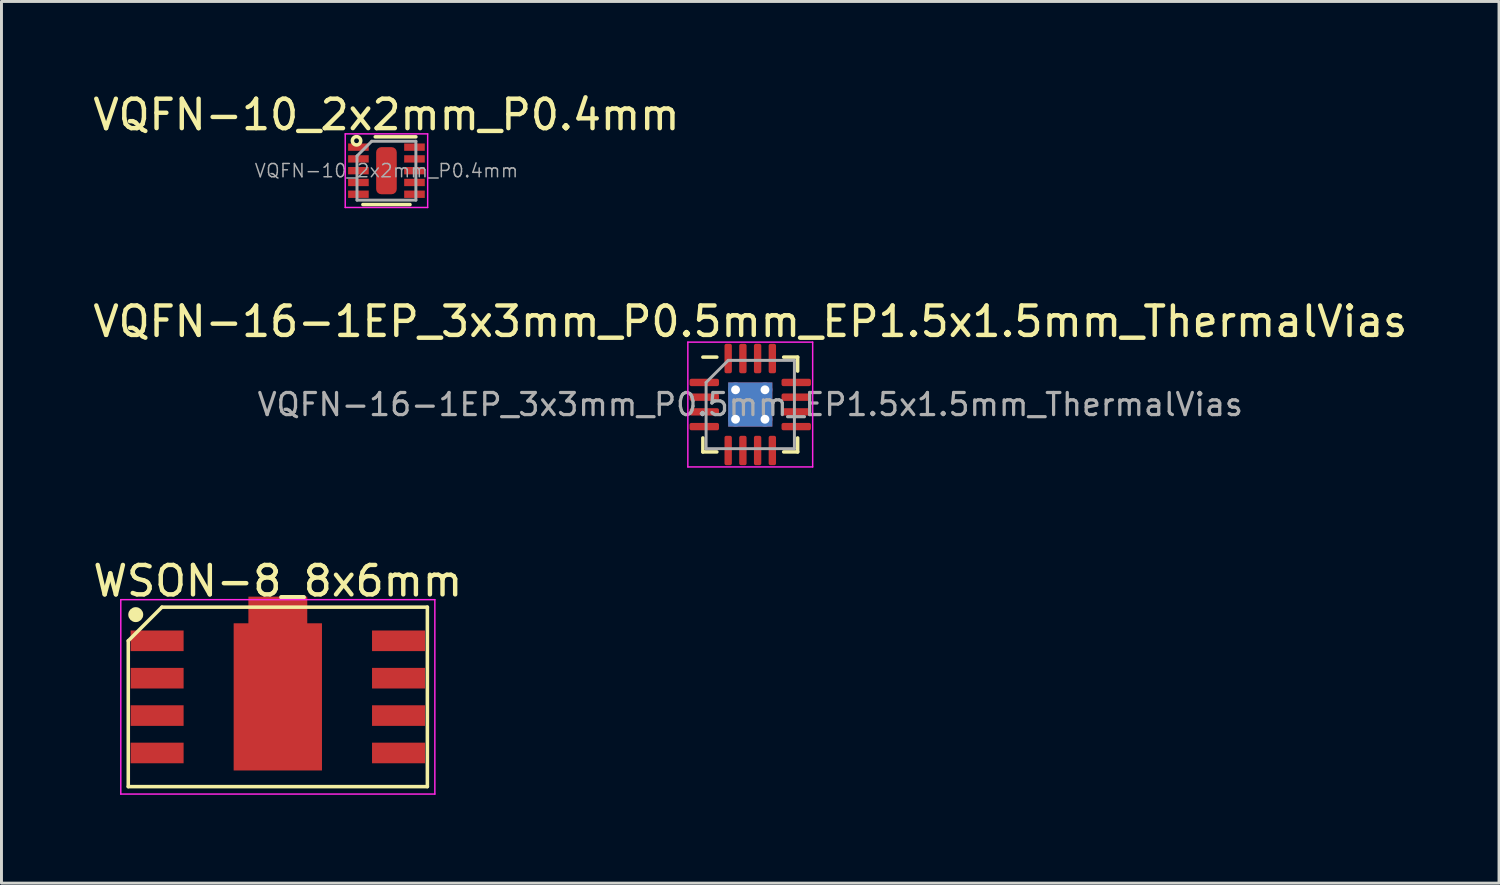
<source format=kicad_pcb>
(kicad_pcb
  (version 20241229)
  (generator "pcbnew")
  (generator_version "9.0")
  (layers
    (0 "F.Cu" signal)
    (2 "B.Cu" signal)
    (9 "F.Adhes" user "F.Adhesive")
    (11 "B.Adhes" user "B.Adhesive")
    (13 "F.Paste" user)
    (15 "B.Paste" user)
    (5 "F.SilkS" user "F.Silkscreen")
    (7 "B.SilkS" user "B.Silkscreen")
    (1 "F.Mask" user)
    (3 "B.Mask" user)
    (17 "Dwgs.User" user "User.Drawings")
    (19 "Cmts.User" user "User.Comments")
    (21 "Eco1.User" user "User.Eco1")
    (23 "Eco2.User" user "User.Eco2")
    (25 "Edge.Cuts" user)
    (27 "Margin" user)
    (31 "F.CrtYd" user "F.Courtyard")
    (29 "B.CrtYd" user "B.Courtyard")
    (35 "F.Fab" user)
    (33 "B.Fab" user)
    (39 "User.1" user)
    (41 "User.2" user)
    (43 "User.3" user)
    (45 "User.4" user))
  (footprint "VQFN-10_2x2mm_P0.4mm"
    (layer "F.Cu")
    (at 10.077 2.748)
    (property "Reference" "VQFN-10_2x2mm_P0.4mm" (at 0 -1.9 0) (layer "F.SilkS") (effects (font (size 1 1) (thickness 0.15))))
    (attr smd)
    (fp_line (start 0.8 1.15) (end -0.8 1.15) (stroke (width 0.12) (type solid)) (layer "F.SilkS"))
    (fp_line (start 1 -1.15) (end -0.381 -1.15) (stroke (width 0.12) (type solid)) (layer "F.SilkS"))
    (fp_circle (center -1.016 -1.016) (end -0.889 -0.953) (stroke (width 0.12) (type solid)) (fill no) (layer "F.SilkS"))
    (fp_line (start -1.4 1.25) (end -1.4 -1.25) (stroke (width 0.05) (type solid)) (layer "F.CrtYd"))
    (fp_line (start -1.4 1.25) (end 1.4 1.25) (stroke (width 0.05) (type solid)) (layer "F.CrtYd"))
    (fp_line (start 1.4 -1.25) (end -1.4 -1.25) (stroke (width 0.05) (type solid)) (layer "F.CrtYd"))
    (fp_line (start 1.4 -1.25) (end 1.4 1.25) (stroke (width 0.05) (type solid)) (layer "F.CrtYd"))
    (fp_line (start -1 -0.5) (end -1 1) (stroke (width 0.1) (type solid)) (layer "F.Fab"))
    (fp_line (start -0.5 -1) (end -1 -0.5) (stroke (width 0.1) (type solid)) (layer "F.Fab"))
    (fp_line (start 1 -1) (end -0.5 -1) (stroke (width 0.1) (type solid)) (layer "F.Fab"))
    (fp_line (start 1 1) (end -1 1) (stroke (width 0.1) (type solid)) (layer "F.Fab"))
    (fp_line (start 1 1) (end 1 -1) (stroke (width 0.1) (type solid)) (layer "F.Fab"))
    (fp_text user "${REFERENCE}" (at 0 0 0) (layer "F.Fab") (effects (font (size 0.45 0.45) (thickness 0.05))))
    (pad "1" smd rect (at -0.952 -0.8) (size 0.7 0.25) (layers "F.Cu" "F.Mask" "F.Paste"))
    (pad "2" smd rect (at -0.952 -0.4) (size 0.7 0.25) (layers "F.Cu" "F.Mask" "F.Paste"))
    (pad "3" smd rect (at -0.952 0) (size 0.7 0.25) (layers "F.Cu" "F.Mask" "F.Paste"))
    (pad "4" smd rect (at -0.952 0.4) (size 0.7 0.25) (layers "F.Cu" "F.Mask" "F.Paste"))
    (pad "5" smd rect (at -0.952 0.8) (size 0.7 0.25) (layers "F.Cu" "F.Mask" "F.Paste"))
    (pad "6" smd rect (at 0.952 0.8) (size 0.7 0.25) (layers "F.Cu" "F.Mask" "F.Paste"))
    (pad "7" smd rect (at 0.952 0.4) (size 0.7 0.25) (layers "F.Cu" "F.Mask" "F.Paste"))
    (pad "8" smd rect (at 0.952 0) (size 0.7 0.25) (layers "F.Cu" "F.Mask" "F.Paste"))
    (pad "9" smd rect (at 0.952 -0.4) (size 0.7 0.25) (layers "F.Cu" "F.Mask" "F.Paste"))
    (pad "10" smd rect (at 0.952 -0.8) (size 0.7 0.25) (layers "F.Cu" "F.Mask" "F.Paste"))
    (pad "11" smd roundrect (at 0 0) (size 0.7 1.6) (layers "F.Cu" "F.Mask" "F.Paste") (roundrect_rratio 0.25)))
  (footprint "VQFN-16-1EP_3x3mm_P0.5mm_EP1.5x1.5mm_ThermalVias"
    (layer "F.Cu")
    (at 22.435 10.691)
    (property "Reference" "VQFN-16-1EP_3x3mm_P0.5mm_EP1.5x1.5mm_ThermalVias" (at 0 -2.82 0) (layer "F.SilkS") (effects (font (size 1 1) (thickness 0.15))))
    (attr smd)
    (fp_line (start -1.61 1.61) (end -1.61 1.135) (stroke (width 0.12) (type solid)) (layer "F.SilkS"))
    (fp_line (start -1.135 -1.61) (end -1.61 -1.61) (stroke (width 0.12) (type solid)) (layer "F.SilkS"))
    (fp_line (start -1.135 1.61) (end -1.61 1.61) (stroke (width 0.12) (type solid)) (layer "F.SilkS"))
    (fp_line (start 1.135 -1.61) (end 1.61 -1.61) (stroke (width 0.12) (type solid)) (layer "F.SilkS"))
    (fp_line (start 1.135 1.61) (end 1.61 1.61) (stroke (width 0.12) (type solid)) (layer "F.SilkS"))
    (fp_line (start 1.61 -1.61) (end 1.61 -1.135) (stroke (width 0.12) (type solid)) (layer "F.SilkS"))
    (fp_line (start 1.61 1.61) (end 1.61 1.135) (stroke (width 0.12) (type solid)) (layer "F.SilkS"))
    (fp_line (start -2.12 -2.12) (end -2.12 2.12) (stroke (width 0.05) (type solid)) (layer "F.CrtYd"))
    (fp_line (start -2.12 2.12) (end 2.12 2.12) (stroke (width 0.05) (type solid)) (layer "F.CrtYd"))
    (fp_line (start 2.12 -2.12) (end -2.12 -2.12) (stroke (width 0.05) (type solid)) (layer "F.CrtYd"))
    (fp_line (start 2.12 2.12) (end 2.12 -2.12) (stroke (width 0.05) (type solid)) (layer "F.CrtYd"))
    (fp_line (start -1.5 -0.75) (end -0.75 -1.5) (stroke (width 0.1) (type solid)) (layer "F.Fab"))
    (fp_line (start -1.5 1.5) (end -1.5 -0.75) (stroke (width 0.1) (type solid)) (layer "F.Fab"))
    (fp_line (start -0.75 -1.5) (end 1.5 -1.5) (stroke (width 0.1) (type solid)) (layer "F.Fab"))
    (fp_line (start 1.5 -1.5) (end 1.5 1.5) (stroke (width 0.1) (type solid)) (layer "F.Fab"))
    (fp_line (start 1.5 1.5) (end -1.5 1.5) (stroke (width 0.1) (type solid)) (layer "F.Fab"))
    (fp_text user "${REFERENCE}" (at 0 0 0) (layer "F.Fab") (effects (font (size 0.75 0.75) (thickness 0.11))))
    (pad "" smd roundrect (at -0.375 -0.375) (size 0.73 0.73) (layers "F.Paste") (roundrect_rratio 0.25))
    (pad "" smd roundrect (at -0.375 0.375) (size 0.73 0.73) (layers "F.Paste") (roundrect_rratio 0.25))
    (pad "" smd roundrect (at 0.375 -0.375) (size 0.73 0.73) (layers "F.Paste") (roundrect_rratio 0.25))
    (pad "" smd roundrect (at 0.375 0.375) (size 0.73 0.73) (layers "F.Paste") (roundrect_rratio 0.25))
    (pad "1" smd roundrect (at -1.562 -0.75) (size 1 0.25) (layers "F.Cu" "F.Mask" "F.Paste") (roundrect_rratio 0.25))
    (pad "2" smd roundrect (at -1.562 -0.25) (size 1 0.25) (layers "F.Cu" "F.Mask" "F.Paste") (roundrect_rratio 0.25))
    (pad "3" smd roundrect (at -1.562 0.25) (size 1 0.25) (layers "F.Cu" "F.Mask" "F.Paste") (roundrect_rratio 0.25))
    (pad "4" smd roundrect (at -1.562 0.75) (size 1 0.25) (layers "F.Cu" "F.Mask" "F.Paste") (roundrect_rratio 0.25))
    (pad "5" smd roundrect (at -0.75 1.562) (size 0.25 1) (layers "F.Cu" "F.Mask" "F.Paste") (roundrect_rratio 0.25))
    (pad "6" smd roundrect (at -0.25 1.562) (size 0.25 1) (layers "F.Cu" "F.Mask" "F.Paste") (roundrect_rratio 0.25))
    (pad "7" smd roundrect (at 0.25 1.562) (size 0.25 1) (layers "F.Cu" "F.Mask" "F.Paste") (roundrect_rratio 0.25))
    (pad "8" smd roundrect (at 0.75 1.562) (size 0.25 1) (layers "F.Cu" "F.Mask" "F.Paste") (roundrect_rratio 0.25))
    (pad "9" smd roundrect (at 1.562 0.75) (size 1 0.25) (layers "F.Cu" "F.Mask" "F.Paste") (roundrect_rratio 0.25))
    (pad "10" smd roundrect (at 1.562 0.25) (size 1 0.25) (layers "F.Cu" "F.Mask" "F.Paste") (roundrect_rratio 0.25))
    (pad "11" smd roundrect (at 1.562 -0.25) (size 1 0.25) (layers "F.Cu" "F.Mask" "F.Paste") (roundrect_rratio 0.25))
    (pad "12" smd roundrect (at 1.562 -0.75) (size 1 0.25) (layers "F.Cu" "F.Mask" "F.Paste") (roundrect_rratio 0.25))
    (pad "13" smd roundrect (at 0.75 -1.562) (size 0.25 1) (layers "F.Cu" "F.Mask" "F.Paste") (roundrect_rratio 0.25))
    (pad "14" smd roundrect (at 0.25 -1.562) (size 0.25 1) (layers "F.Cu" "F.Mask" "F.Paste") (roundrect_rratio 0.25))
    (pad "15" smd roundrect (at -0.25 -1.562) (size 0.25 1) (layers "F.Cu" "F.Mask" "F.Paste") (roundrect_rratio 0.25))
    (pad "16" smd roundrect (at -0.75 -1.562) (size 0.25 1) (layers "F.Cu" "F.Mask" "F.Paste") (roundrect_rratio 0.25))
    (pad "17" thru_hole circle (at -0.5 -0.5) (size 0.5 0.5) (drill 0.3) (layers "*.Cu"))
    (pad "17" thru_hole circle (at -0.5 0.5) (size 0.5 0.5) (drill 0.3) (layers "*.Cu"))
    (pad "17" smd rect (at 0 0) (size 1.5 1.5) (layers "F.Cu" "F.Mask"))
    (pad "17" smd rect (at 0 0) (size 1.5 1.5) (layers "B.Cu"))
    (pad "17" thru_hole circle (at 0.5 -0.5) (size 0.5 0.5) (drill 0.3) (layers "*.Cu"))
    (pad "17" thru_hole circle (at 0.5 0.5) (size 0.5 0.5) (drill 0.3) (layers "*.Cu")))
  (footprint "WSON-8_8x6mm"
    (layer "F.Cu")
    (at 6.387 20.622)
    (property "Reference" "WSON-8_8x6mm" (at 0 -3.937 0) (layer "F.SilkS") (effects (font (size 1 1) (thickness 0.15))))
    (attr smd)
    (fp_line (start -5.08 -1.905) (end -3.937 -3.048) (stroke (width 0.12) (type solid)) (layer "F.SilkS"))
    (fp_line (start -5.08 3.048) (end -5.08 -1.905) (stroke (width 0.12) (type solid)) (layer "F.SilkS"))
    (fp_line (start -3.937 -3.048) (end 5.08 -3.048) (stroke (width 0.12) (type solid)) (layer "F.SilkS"))
    (fp_line (start 5.08 -3.048) (end 5.08 3.048) (stroke (width 0.12) (type solid)) (layer "F.SilkS"))
    (fp_line (start 5.08 3.048) (end -5.08 3.048) (stroke (width 0.12) (type solid)) (layer "F.SilkS"))
    (fp_circle (center -4.826 -2.794) (end -4.699 -2.794) (stroke (width 0.254) (type solid)) (fill no) (layer "F.SilkS"))
    (fp_line (start -5.334 -3.302) (end 5.334 -3.302) (stroke (width 0.05) (type solid)) (layer "F.CrtYd"))
    (fp_line (start -5.334 3.302) (end -5.334 -3.302) (stroke (width 0.05) (type solid)) (layer "F.CrtYd"))
    (fp_line (start 5.334 -3.302) (end 5.334 3.302) (stroke (width 0.05) (type solid)) (layer "F.CrtYd"))
    (fp_line (start 5.334 3.302) (end -5.334 3.302) (stroke (width 0.05) (type solid)) (layer "F.CrtYd"))
    (pad "1" smd rect (at -4.1 -1.905 270) (size 0.7 1.8) (layers "F.Cu" "F.Mask" "F.Paste"))
    (pad "2" smd rect (at -4.1 -0.635 270) (size 0.7 1.8) (layers "F.Cu" "F.Mask" "F.Paste"))
    (pad "3" smd rect (at -4.1 0.635 270) (size 0.7 1.8) (layers "F.Cu" "F.Mask" "F.Paste"))
    (pad "4" smd rect (at -4.1 1.905 270) (size 0.7 1.8) (layers "F.Cu" "F.Mask" "F.Paste"))
    (pad "5" smd rect (at 4.1 1.905 270) (size 0.7 1.8) (layers "F.Cu" "F.Mask" "F.Paste"))
    (pad "6" smd rect (at 4.1 0.635 270) (size 0.7 1.8) (layers "F.Cu" "F.Mask" "F.Paste"))
    (pad "7" smd rect (at 4.1 -0.635 270) (size 0.7 1.8) (layers "F.Cu" "F.Mask" "F.Paste"))
    (pad "8" smd rect (at 4.1 -1.905 270) (size 0.7 1.8) (layers "F.Cu" "F.Mask" "F.Paste"))
    (pad "9" smd rect (at 0 -1.905) (size 2 3) (layers "F.Cu" "F.Mask" "F.Paste"))
    (pad "9" smd rect (at 0 0) (size 3 5) (layers "F.Cu" "F.Mask" "F.Paste")))
  (gr_rect
    (start -3 -3)
    (end 47.869 26.949)
    (stroke (width 0.1) (type default))
    (fill no)
    (layer "Edge.Cuts")))
</source>
